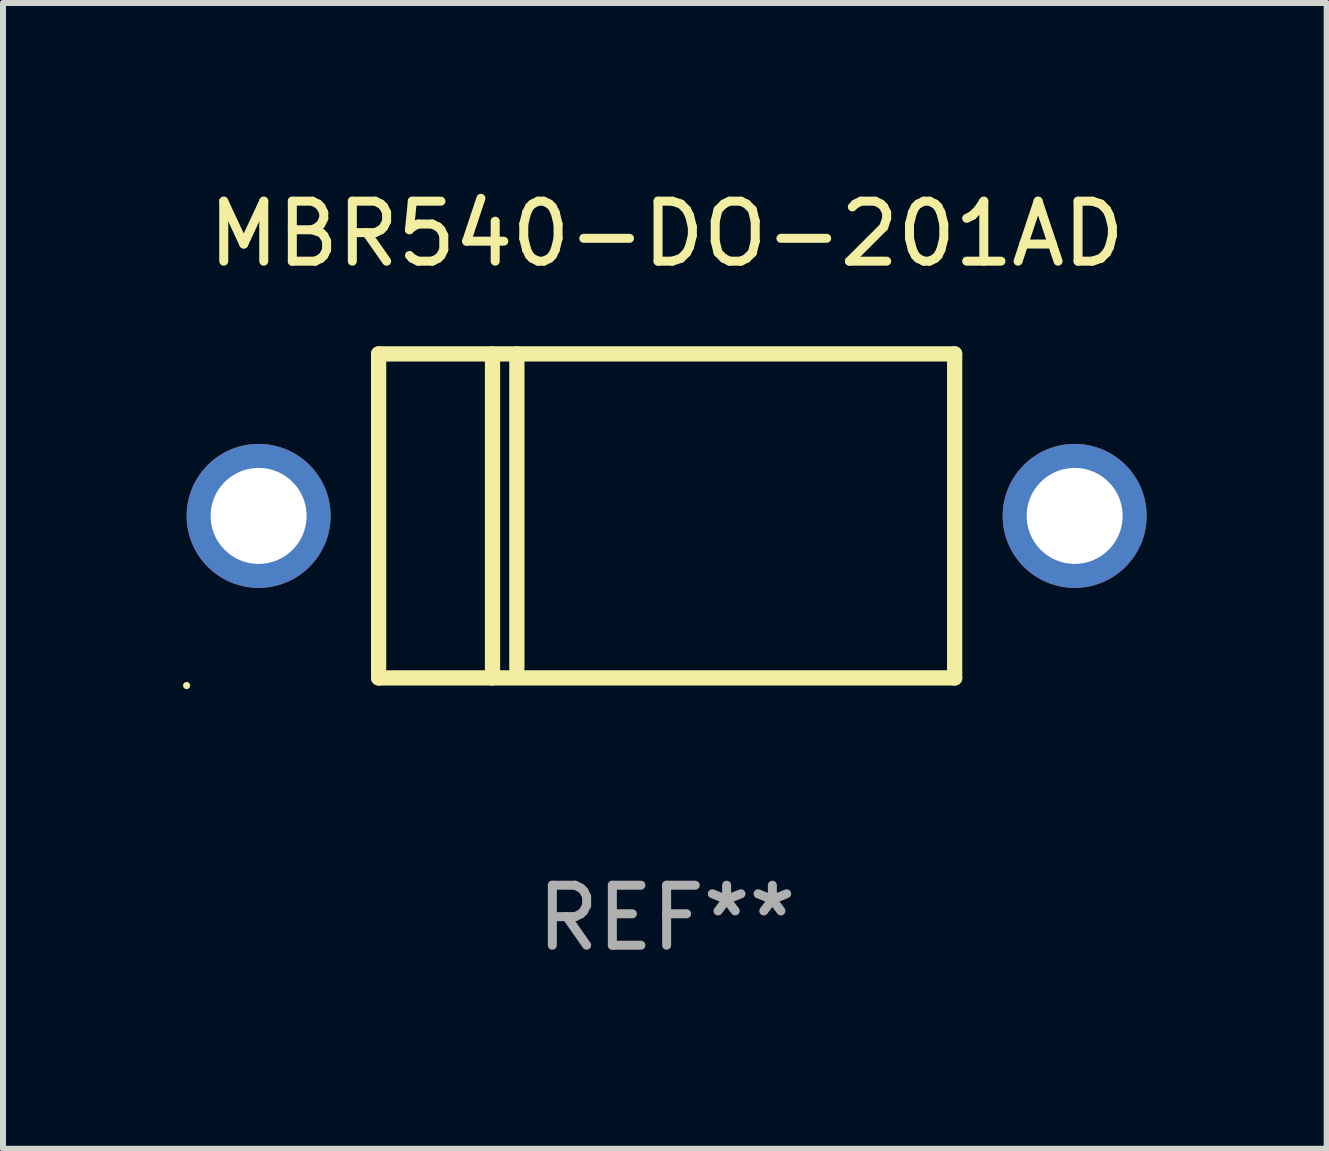
<source format=kicad_pcb>
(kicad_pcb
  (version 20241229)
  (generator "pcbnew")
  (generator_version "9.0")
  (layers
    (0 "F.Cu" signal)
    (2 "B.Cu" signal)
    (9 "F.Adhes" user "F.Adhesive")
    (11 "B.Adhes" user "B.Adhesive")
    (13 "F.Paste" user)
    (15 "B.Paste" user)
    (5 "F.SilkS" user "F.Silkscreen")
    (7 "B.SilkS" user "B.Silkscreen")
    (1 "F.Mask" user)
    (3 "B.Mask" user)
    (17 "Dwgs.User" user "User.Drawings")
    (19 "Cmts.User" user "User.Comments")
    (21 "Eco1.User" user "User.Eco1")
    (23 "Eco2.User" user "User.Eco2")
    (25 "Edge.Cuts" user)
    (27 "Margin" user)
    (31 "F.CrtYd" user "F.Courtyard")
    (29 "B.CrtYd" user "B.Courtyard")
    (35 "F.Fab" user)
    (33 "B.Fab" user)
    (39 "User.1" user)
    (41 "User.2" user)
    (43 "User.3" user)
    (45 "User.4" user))
  (footprint "MBR540-DO-201AD"
    (layer "F.Cu")
    (at 8.06 5.548)
    (property "Reference" "MBR540-DO-201AD" (at 0 -4.7 0) (layer "F.SilkS") (effects (font (size 1 1) (thickness 0.15))))
    (attr through_hole)
    (fp_line (start -4.8 -2.7) (end -4.8 2.7) (stroke (width 0.254) (type solid)) (layer "F.SilkS"))
    (fp_line (start -4.8 -2.7) (end 4.8 -2.7) (stroke (width 0.254) (type solid)) (layer "F.SilkS"))
    (fp_line (start -2.902 -2.7) (end -2.902 2.7) (stroke (width 0.254) (type solid)) (layer "F.SilkS"))
    (fp_line (start -2.496 -2.7) (end -2.496 2.54) (stroke (width 0.254) (type solid)) (layer "F.SilkS"))
    (fp_line (start 4.8 -2.7) (end 4.8 2.7) (stroke (width 0.254) (type solid)) (layer "F.SilkS"))
    (fp_line (start 4.8 2.7) (end -4.8 2.7) (stroke (width 0.254) (type solid)) (layer "F.SilkS"))
    (fp_circle (center -8 2.827) (end -7.97 2.827) (stroke (width 0.06) (type solid)) (fill no) (layer "F.SilkS"))
    (fp_text user "REF**" (at 0 6.7 0) (layer "F.Fab") (effects (font (size 1 1) (thickness 0.15))))
    (pad "1" thru_hole circle (at -6.8 0) (size 2.4 2.4) (drill 1.6) (layers "*.Cu" "*.Mask"))
    (pad "2" thru_hole circle (at 6.8 0) (size 2.4 2.4) (drill 1.6) (layers "*.Cu" "*.Mask")))
  (gr_rect
    (start -3 -3)
    (end 19.06 16.096)
    (stroke (width 0.1) (type default))
    (fill no)
    (layer "Edge.Cuts")))
</source>
